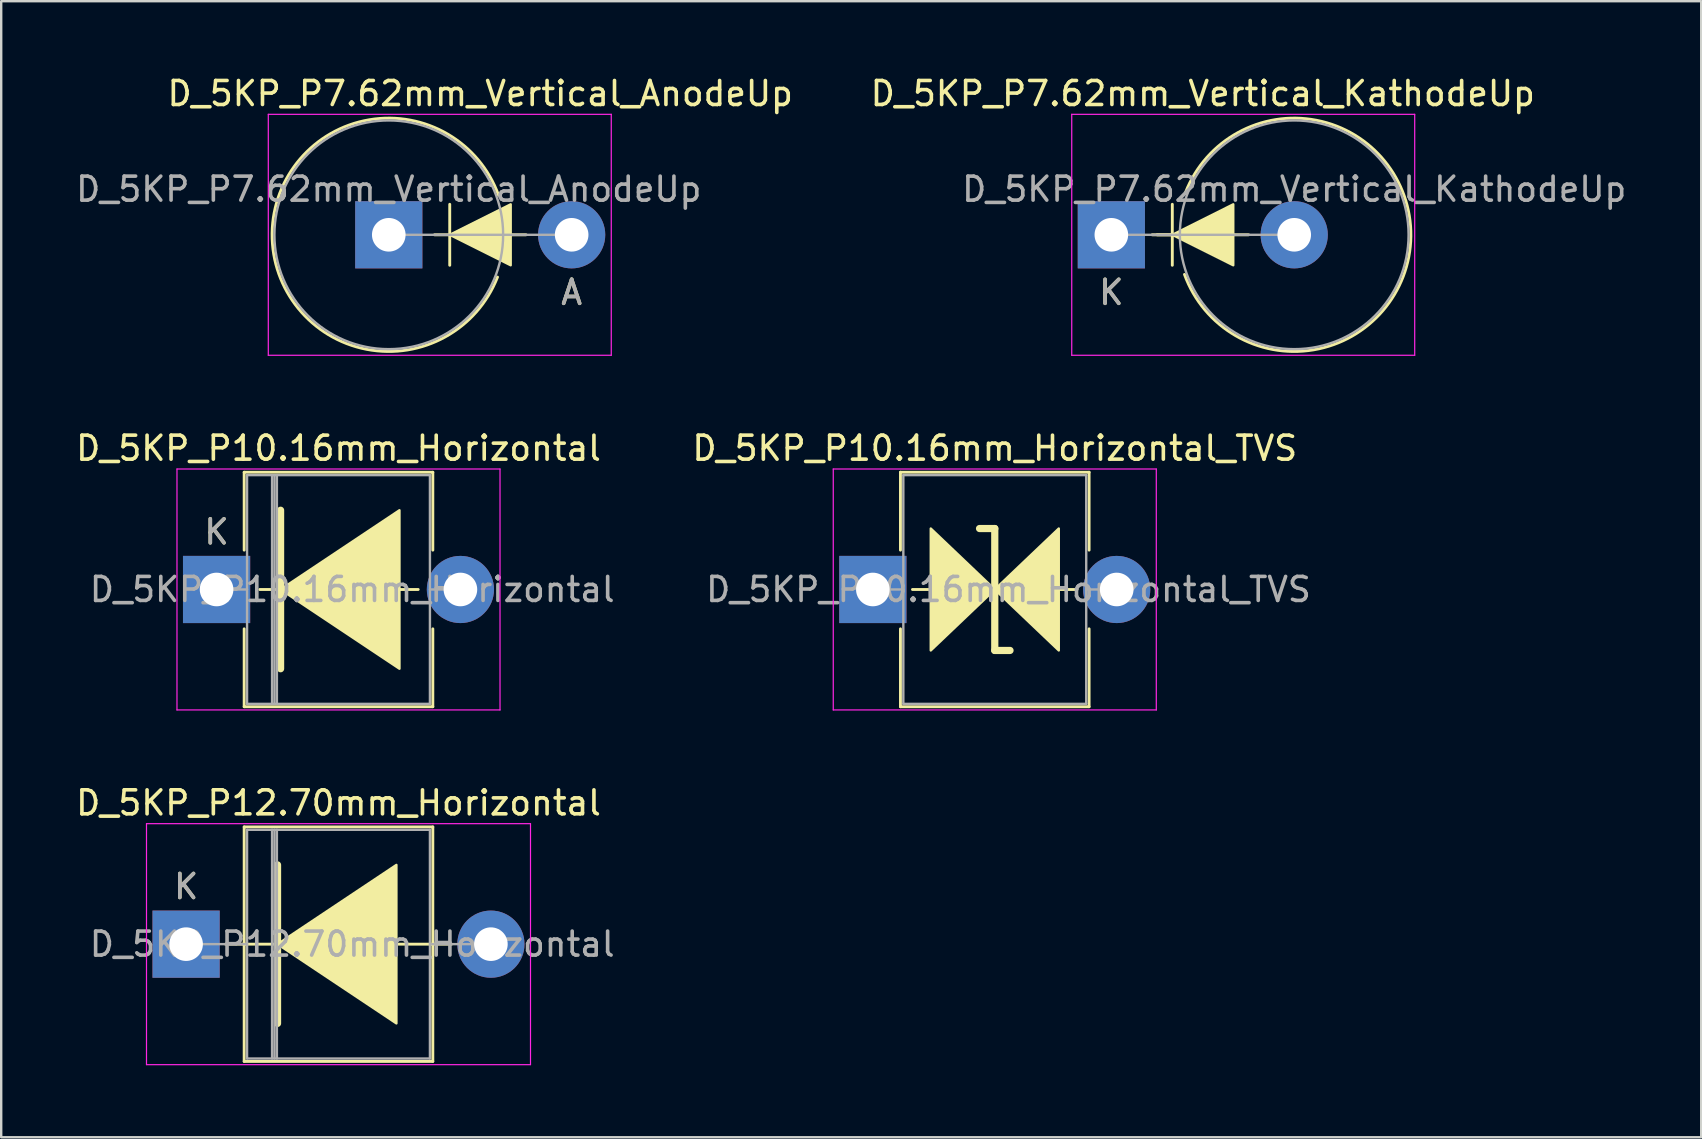
<source format=kicad_pcb>
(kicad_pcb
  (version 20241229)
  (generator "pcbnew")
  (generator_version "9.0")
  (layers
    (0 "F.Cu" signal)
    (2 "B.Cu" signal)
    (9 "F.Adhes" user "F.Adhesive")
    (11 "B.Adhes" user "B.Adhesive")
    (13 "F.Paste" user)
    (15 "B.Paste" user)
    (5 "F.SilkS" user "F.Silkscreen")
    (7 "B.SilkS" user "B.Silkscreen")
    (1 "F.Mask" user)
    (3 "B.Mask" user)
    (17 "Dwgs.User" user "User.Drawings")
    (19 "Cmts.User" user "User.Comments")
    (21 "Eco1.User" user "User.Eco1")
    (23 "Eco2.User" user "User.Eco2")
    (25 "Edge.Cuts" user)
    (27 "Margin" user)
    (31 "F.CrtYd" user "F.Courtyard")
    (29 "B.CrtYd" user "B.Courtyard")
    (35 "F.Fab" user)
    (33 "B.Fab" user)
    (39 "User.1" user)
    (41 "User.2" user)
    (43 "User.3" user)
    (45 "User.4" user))
  (footprint "D_5KP_P7.62mm_Vertical_KathodeUp"
    (layer "F.Cu")
    (at 43.256 6.733)
    (property "Reference" "D_5KP_P7.62mm_Vertical_KathodeUp" (at 3.81 -5.885 0) (layer "F.SilkS") (effects (font (size 1 1) (thickness 0.15))))
    (attr through_hole)
    (fp_line (start 1.905 0) (end 5.72 0) (stroke (width 0.12) (type solid)) (layer "F.SilkS"))
    (fp_line (start 2.54 1.27) (end 2.54 -1.27) (stroke (width 0.12) (type solid)) (layer "F.SilkS"))
    (fp_line (start 2.735 0) (end 1.7 0) (stroke (width 0.12) (type solid)) (layer "F.SilkS"))
    (fp_arc (start 3.089558 -1.761839) (mid 12.480605 0.059187) (end 3.048 1.650999) (stroke (width 0.12) (type solid)) (layer "F.SilkS"))
    (fp_poly (pts (xy 5.08 1.27) (xy 2.54 0) (xy 5.08 -1.27)) (stroke (width 0.1) (type solid)) (fill yes) (layer "F.SilkS"))
    (fp_line (start -1.65 -5.02) (end -1.65 5.02) (stroke (width 0.05) (type solid)) (layer "F.CrtYd"))
    (fp_line (start -1.65 5.02) (end 12.64 5.02) (stroke (width 0.05) (type solid)) (layer "F.CrtYd"))
    (fp_line (start 12.64 -5.02) (end -1.65 -5.02) (stroke (width 0.05) (type solid)) (layer "F.CrtYd"))
    (fp_line (start 12.64 5.02) (end 12.64 -5.02) (stroke (width 0.05) (type solid)) (layer "F.CrtYd"))
    (fp_line (start 0 0) (end 7.62 0) (stroke (width 0.1) (type solid)) (layer "F.Fab"))
    (fp_circle (center 7.62 0) (end 12.385 0) (stroke (width 0.1) (type solid)) (fill no) (layer "F.Fab"))
    (fp_text user "K" (at 0 2.4 0) (layer "F.SilkS") (effects (font (size 1 1) (thickness 0.15))))
    (fp_text user "K" (at 0 2.4 0) (layer "F.Fab") (effects (font (size 1 1) (thickness 0.15))))
    (fp_text user "${REFERENCE}" (at 7.62 -1.9 0) (layer "F.Fab") (effects (font (size 1 1) (thickness 0.15))))
    (pad "1" thru_hole rect (at 0 0) (size 2.8 2.8) (drill 1.4) (layers "*.Cu" "*.Mask"))
    (pad "2" thru_hole oval (at 7.62 0) (size 2.8 2.8) (drill 1.4) (layers "*.Cu" "*.Mask")))
  (footprint "D_5KP_P7.62mm_Vertical_AnodeUp"
    (layer "F.Cu")
    (at 13.149 6.733)
    (property "Reference" "D_5KP_P7.62mm_Vertical_AnodeUp" (at 3.81 -5.885 0) (layer "F.SilkS") (effects (font (size 1 1) (thickness 0.15))))
    (attr through_hole)
    (fp_line (start 1.905 0) (end 5.72 0) (stroke (width 0.12) (type solid)) (layer "F.SilkS"))
    (fp_line (start 2.54 1.27) (end 2.54 -1.27) (stroke (width 0.12) (type solid)) (layer "F.SilkS"))
    (fp_arc (start 4.530442 1.761839) (mid -4.860605 -0.059187) (end 4.572 -1.650999) (stroke (width 0.12) (type solid)) (layer "F.SilkS"))
    (fp_poly (pts (xy 5.08 1.27) (xy 2.54 0) (xy 5.08 -1.27)) (stroke (width 0.1) (type solid)) (fill yes) (layer "F.SilkS"))
    (fp_line (start -5.02 -5.02) (end -5.02 5.02) (stroke (width 0.05) (type solid)) (layer "F.CrtYd"))
    (fp_line (start -5.02 5.02) (end 9.27 5.02) (stroke (width 0.05) (type solid)) (layer "F.CrtYd"))
    (fp_line (start 9.27 -5.02) (end -5.02 -5.02) (stroke (width 0.05) (type solid)) (layer "F.CrtYd"))
    (fp_line (start 9.27 5.02) (end 9.27 -5.02) (stroke (width 0.05) (type solid)) (layer "F.CrtYd"))
    (fp_line (start 0 0) (end 7.62 0) (stroke (width 0.1) (type solid)) (layer "F.Fab"))
    (fp_circle (center 0 0) (end 4.765 0) (stroke (width 0.1) (type solid)) (fill no) (layer "F.Fab"))
    (fp_text user "A" (at 7.62 2.4 0) (layer "F.SilkS") (effects (font (size 1 1) (thickness 0.15))))
    (fp_text user "A" (at 7.62 2.4 0) (layer "F.Fab") (effects (font (size 1 1) (thickness 0.15))))
    (fp_text user "${REFERENCE}" (at 0 -1.9 0) (layer "F.Fab") (effects (font (size 1 1) (thickness 0.15))))
    (pad "1" thru_hole rect (at 0 0) (size 2.8 2.8) (drill 1.4) (layers "*.Cu" "*.Mask"))
    (pad "2" thru_hole oval (at 7.62 0) (size 2.8 2.8) (drill 1.4) (layers "*.Cu" "*.Mask")))
  (footprint "D_5KP_P10.16mm_Horizontal"
    (layer "F.Cu")
    (at 5.974 21.512)
    (property "Reference" "D_5KP_P10.16mm_Horizontal" (at 5.08 -5.885 0) (layer "F.SilkS") (effects (font (size 1 1) (thickness 0.15))))
    (attr through_hole)
    (fp_line (start 1.15 -4.885) (end 9.01 -4.885) (stroke (width 0.12) (type solid)) (layer "F.SilkS"))
    (fp_line (start 1.15 -1.64) (end 1.15 -4.885) (stroke (width 0.12) (type solid)) (layer "F.SilkS"))
    (fp_line (start 1.15 1.64) (end 1.15 4.885) (stroke (width 0.12) (type solid)) (layer "F.SilkS"))
    (fp_line (start 1.15 4.885) (end 9.01 4.885) (stroke (width 0.12) (type solid)) (layer "F.SilkS"))
    (fp_line (start 1.8 0) (end 2.794 0) (stroke (width 0.12) (type solid)) (layer "F.SilkS"))
    (fp_line (start 2.667 -3.302) (end 2.667 3.302) (stroke (width 0.3) (type solid)) (layer "F.SilkS"))
    (fp_line (start 8.4 0) (end 7.6 0) (stroke (width 0.12) (type solid)) (layer "F.SilkS"))
    (fp_line (start 9.01 -4.885) (end 9.01 -1.64) (stroke (width 0.12) (type solid)) (layer "F.SilkS"))
    (fp_line (start 9.01 4.885) (end 9.01 1.64) (stroke (width 0.12) (type solid)) (layer "F.SilkS"))
    (fp_poly (pts (xy 7.62 3.302) (xy 2.667 0) (xy 7.62 -3.302)) (stroke (width 0.1) (type solid)) (fill yes) (layer "F.SilkS"))
    (fp_line (start -1.65 -5.02) (end -1.65 5.02) (stroke (width 0.05) (type solid)) (layer "F.CrtYd"))
    (fp_line (start -1.65 5.02) (end 11.81 5.02) (stroke (width 0.05) (type solid)) (layer "F.CrtYd"))
    (fp_line (start 11.81 -5.02) (end -1.65 -5.02) (stroke (width 0.05) (type solid)) (layer "F.CrtYd"))
    (fp_line (start 11.81 5.02) (end 11.81 -5.02) (stroke (width 0.05) (type solid)) (layer "F.CrtYd"))
    (fp_line (start 0 0) (end 1.27 0) (stroke (width 0.1) (type solid)) (layer "F.Fab"))
    (fp_line (start 1.27 -4.765) (end 1.27 4.765) (stroke (width 0.1) (type solid)) (layer "F.Fab"))
    (fp_line (start 1.27 4.765) (end 8.89 4.765) (stroke (width 0.1) (type solid)) (layer "F.Fab"))
    (fp_line (start 2.313 -4.765) (end 2.313 4.765) (stroke (width 0.1) (type solid)) (layer "F.Fab"))
    (fp_line (start 2.413 -4.765) (end 2.413 4.765) (stroke (width 0.1) (type solid)) (layer "F.Fab"))
    (fp_line (start 2.513 -4.765) (end 2.513 4.765) (stroke (width 0.1) (type solid)) (layer "F.Fab"))
    (fp_line (start 8.89 -4.765) (end 1.27 -4.765) (stroke (width 0.1) (type solid)) (layer "F.Fab"))
    (fp_line (start 8.89 4.765) (end 8.89 -4.765) (stroke (width 0.1) (type solid)) (layer "F.Fab"))
    (fp_line (start 10.16 0) (end 8.89 0) (stroke (width 0.1) (type solid)) (layer "F.Fab"))
    (fp_text user "K" (at 0 -2.4 0) (layer "F.SilkS") (effects (font (size 1 1) (thickness 0.15))))
    (fp_text user "${REFERENCE}" (at 5.652 0 0) (layer "F.Fab") (effects (font (size 1 1) (thickness 0.15))))
    (fp_text user "K" (at 0 -2.4 0) (layer "F.Fab") (effects (font (size 1 1) (thickness 0.15))))
    (pad "1" thru_hole rect (at 0 0) (size 2.8 2.8) (drill 1.4) (layers "*.Cu" "*.Mask"))
    (pad "2" thru_hole oval (at 10.16 0) (size 2.8 2.8) (drill 1.4) (layers "*.Cu" "*.Mask")))
  (footprint "D_5KP_P10.16mm_Horizontal_TVS"
    (layer "F.Cu")
    (at 33.319 21.512)
    (property "Reference" "D_5KP_P10.16mm_Horizontal_TVS" (at 5.08 -5.885 0) (layer "F.SilkS") (effects (font (size 1 1) (thickness 0.15))))
    (attr through_hole)
    (fp_line (start 1.15 -4.885) (end 9.01 -4.885) (stroke (width 0.12) (type solid)) (layer "F.SilkS"))
    (fp_line (start 1.15 -1.64) (end 1.15 -4.885) (stroke (width 0.12) (type solid)) (layer "F.SilkS"))
    (fp_line (start 1.15 1.64) (end 1.15 4.885) (stroke (width 0.12) (type solid)) (layer "F.SilkS"))
    (fp_line (start 1.15 4.885) (end 9.01 4.885) (stroke (width 0.12) (type solid)) (layer "F.SilkS"))
    (fp_line (start 1.651 0) (end 2.413 0) (stroke (width 0.12) (type solid)) (layer "F.SilkS"))
    (fp_line (start 5.08 -2.54) (end 4.445 -2.54) (stroke (width 0.3) (type solid)) (layer "F.SilkS"))
    (fp_line (start 5.08 2.54) (end 5.08 -2.54) (stroke (width 0.3) (type solid)) (layer "F.SilkS"))
    (fp_line (start 5.715 2.54) (end 5.08 2.54) (stroke (width 0.3) (type solid)) (layer "F.SilkS"))
    (fp_line (start 8.509 0) (end 7.747 0) (stroke (width 0.12) (type solid)) (layer "F.SilkS"))
    (fp_line (start 9.01 -4.885) (end 9.01 -1.64) (stroke (width 0.12) (type solid)) (layer "F.SilkS"))
    (fp_line (start 9.01 4.885) (end 9.01 1.64) (stroke (width 0.12) (type solid)) (layer "F.SilkS"))
    (fp_poly (pts (xy 5.08 0) (xy 2.413 2.54) (xy 2.413 -2.54)) (stroke (width 0.1) (type solid)) (fill yes) (layer "F.SilkS"))
    (fp_poly (pts (xy 5.08 0) (xy 7.747 -2.54) (xy 7.747 2.54)) (stroke (width 0.1) (type solid)) (fill yes) (layer "F.SilkS"))
    (fp_line (start -1.65 -5.02) (end -1.65 5.02) (stroke (width 0.05) (type solid)) (layer "F.CrtYd"))
    (fp_line (start -1.65 5.02) (end 11.81 5.02) (stroke (width 0.05) (type solid)) (layer "F.CrtYd"))
    (fp_line (start 11.81 -5.02) (end -1.65 -5.02) (stroke (width 0.05) (type solid)) (layer "F.CrtYd"))
    (fp_line (start 11.81 5.02) (end 11.81 -5.02) (stroke (width 0.05) (type solid)) (layer "F.CrtYd"))
    (fp_line (start 0 0) (end 1.27 0) (stroke (width 0.1) (type solid)) (layer "F.Fab"))
    (fp_line (start 1.27 -4.765) (end 1.27 4.765) (stroke (width 0.1) (type solid)) (layer "F.Fab"))
    (fp_line (start 1.27 4.765) (end 8.89 4.765) (stroke (width 0.1) (type solid)) (layer "F.Fab"))
    (fp_line (start 8.89 -4.765) (end 1.27 -4.765) (stroke (width 0.1) (type solid)) (layer "F.Fab"))
    (fp_line (start 8.89 4.765) (end 8.89 -4.765) (stroke (width 0.1) (type solid)) (layer "F.Fab"))
    (fp_line (start 10.16 0) (end 8.89 0) (stroke (width 0.1) (type solid)) (layer "F.Fab"))
    (fp_text user "${REFERENCE}" (at 5.652 0 0) (layer "F.Fab") (effects (font (size 1 1) (thickness 0.15))))
    (pad "1" thru_hole rect (at 0 0) (size 2.8 2.8) (drill 1.4) (layers "*.Cu" "*.Mask"))
    (pad "2" thru_hole oval (at 10.16 0) (size 2.8 2.8) (drill 1.4) (layers "*.Cu" "*.Mask")))
  (footprint "D_5KP_P12.70mm_Horizontal"
    (layer "F.Cu")
    (at 4.704 36.29)
    (property "Reference" "D_5KP_P12.70mm_Horizontal" (at 6.35 -5.885 0) (layer "F.SilkS") (effects (font (size 1 1) (thickness 0.15))))
    (attr through_hole)
    (fp_line (start 1.64 0) (end 2.42 0) (stroke (width 0.12) (type solid)) (layer "F.SilkS"))
    (fp_line (start 2.42 -4.885) (end 2.42 4.885) (stroke (width 0.12) (type solid)) (layer "F.SilkS"))
    (fp_line (start 2.42 0) (end 3.81 0) (stroke (width 0.12) (type solid)) (layer "F.SilkS"))
    (fp_line (start 2.42 4.885) (end 10.28 4.885) (stroke (width 0.12) (type solid)) (layer "F.SilkS"))
    (fp_line (start 3.81 -3.302) (end 3.81 3.302) (stroke (width 0.3) (type solid)) (layer "F.SilkS"))
    (fp_line (start 10.28 -4.885) (end 2.42 -4.885) (stroke (width 0.12) (type solid)) (layer "F.SilkS"))
    (fp_line (start 10.28 0) (end 8.8 0) (stroke (width 0.12) (type solid)) (layer "F.SilkS"))
    (fp_line (start 10.28 4.885) (end 10.28 -4.885) (stroke (width 0.12) (type solid)) (layer "F.SilkS"))
    (fp_line (start 11.06 0) (end 10.28 0) (stroke (width 0.12) (type solid)) (layer "F.SilkS"))
    (fp_poly (pts (xy 8.763 3.302) (xy 3.81 0) (xy 8.763 -3.302)) (stroke (width 0.1) (type solid)) (fill yes) (layer "F.SilkS"))
    (fp_line (start -1.65 -5.02) (end -1.65 5.02) (stroke (width 0.05) (type solid)) (layer "F.CrtYd"))
    (fp_line (start -1.65 5.02) (end 14.35 5.02) (stroke (width 0.05) (type solid)) (layer "F.CrtYd"))
    (fp_line (start 14.35 -5.02) (end -1.65 -5.02) (stroke (width 0.05) (type solid)) (layer "F.CrtYd"))
    (fp_line (start 14.35 5.02) (end 14.35 -5.02) (stroke (width 0.05) (type solid)) (layer "F.CrtYd"))
    (fp_line (start 0 0) (end 2.54 0) (stroke (width 0.1) (type solid)) (layer "F.Fab"))
    (fp_line (start 2.54 -4.765) (end 2.54 4.765) (stroke (width 0.1) (type solid)) (layer "F.Fab"))
    (fp_line (start 2.54 4.765) (end 10.16 4.765) (stroke (width 0.1) (type solid)) (layer "F.Fab"))
    (fp_line (start 3.583 -4.765) (end 3.583 4.765) (stroke (width 0.1) (type solid)) (layer "F.Fab"))
    (fp_line (start 3.683 -4.765) (end 3.683 4.765) (stroke (width 0.1) (type solid)) (layer "F.Fab"))
    (fp_line (start 3.783 -4.765) (end 3.783 4.765) (stroke (width 0.1) (type solid)) (layer "F.Fab"))
    (fp_line (start 10.16 -4.765) (end 2.54 -4.765) (stroke (width 0.1) (type solid)) (layer "F.Fab"))
    (fp_line (start 10.16 4.765) (end 10.16 -4.765) (stroke (width 0.1) (type solid)) (layer "F.Fab"))
    (fp_line (start 12.7 0) (end 10.16 0) (stroke (width 0.1) (type solid)) (layer "F.Fab"))
    (fp_text user "K" (at 0 -2.4 0) (layer "F.SilkS") (effects (font (size 1 1) (thickness 0.15))))
    (fp_text user "K" (at 0 -2.4 0) (layer "F.Fab") (effects (font (size 1 1) (thickness 0.15))))
    (fp_text user "${REFERENCE}" (at 6.921 0 0) (layer "F.Fab") (effects (font (size 1 1) (thickness 0.15))))
    (pad "1" thru_hole rect (at 0 0) (size 2.8 2.8) (drill 1.4) (layers "*.Cu" "*.Mask"))
    (pad "2" thru_hole oval (at 12.7 0) (size 2.8 2.8) (drill 1.4) (layers "*.Cu" "*.Mask")))
  (gr_rect
    (start -3 -3)
    (end 67.834 44.335)
    (stroke (width 0.1) (type default))
    (fill no)
    (layer "Edge.Cuts")))
</source>
